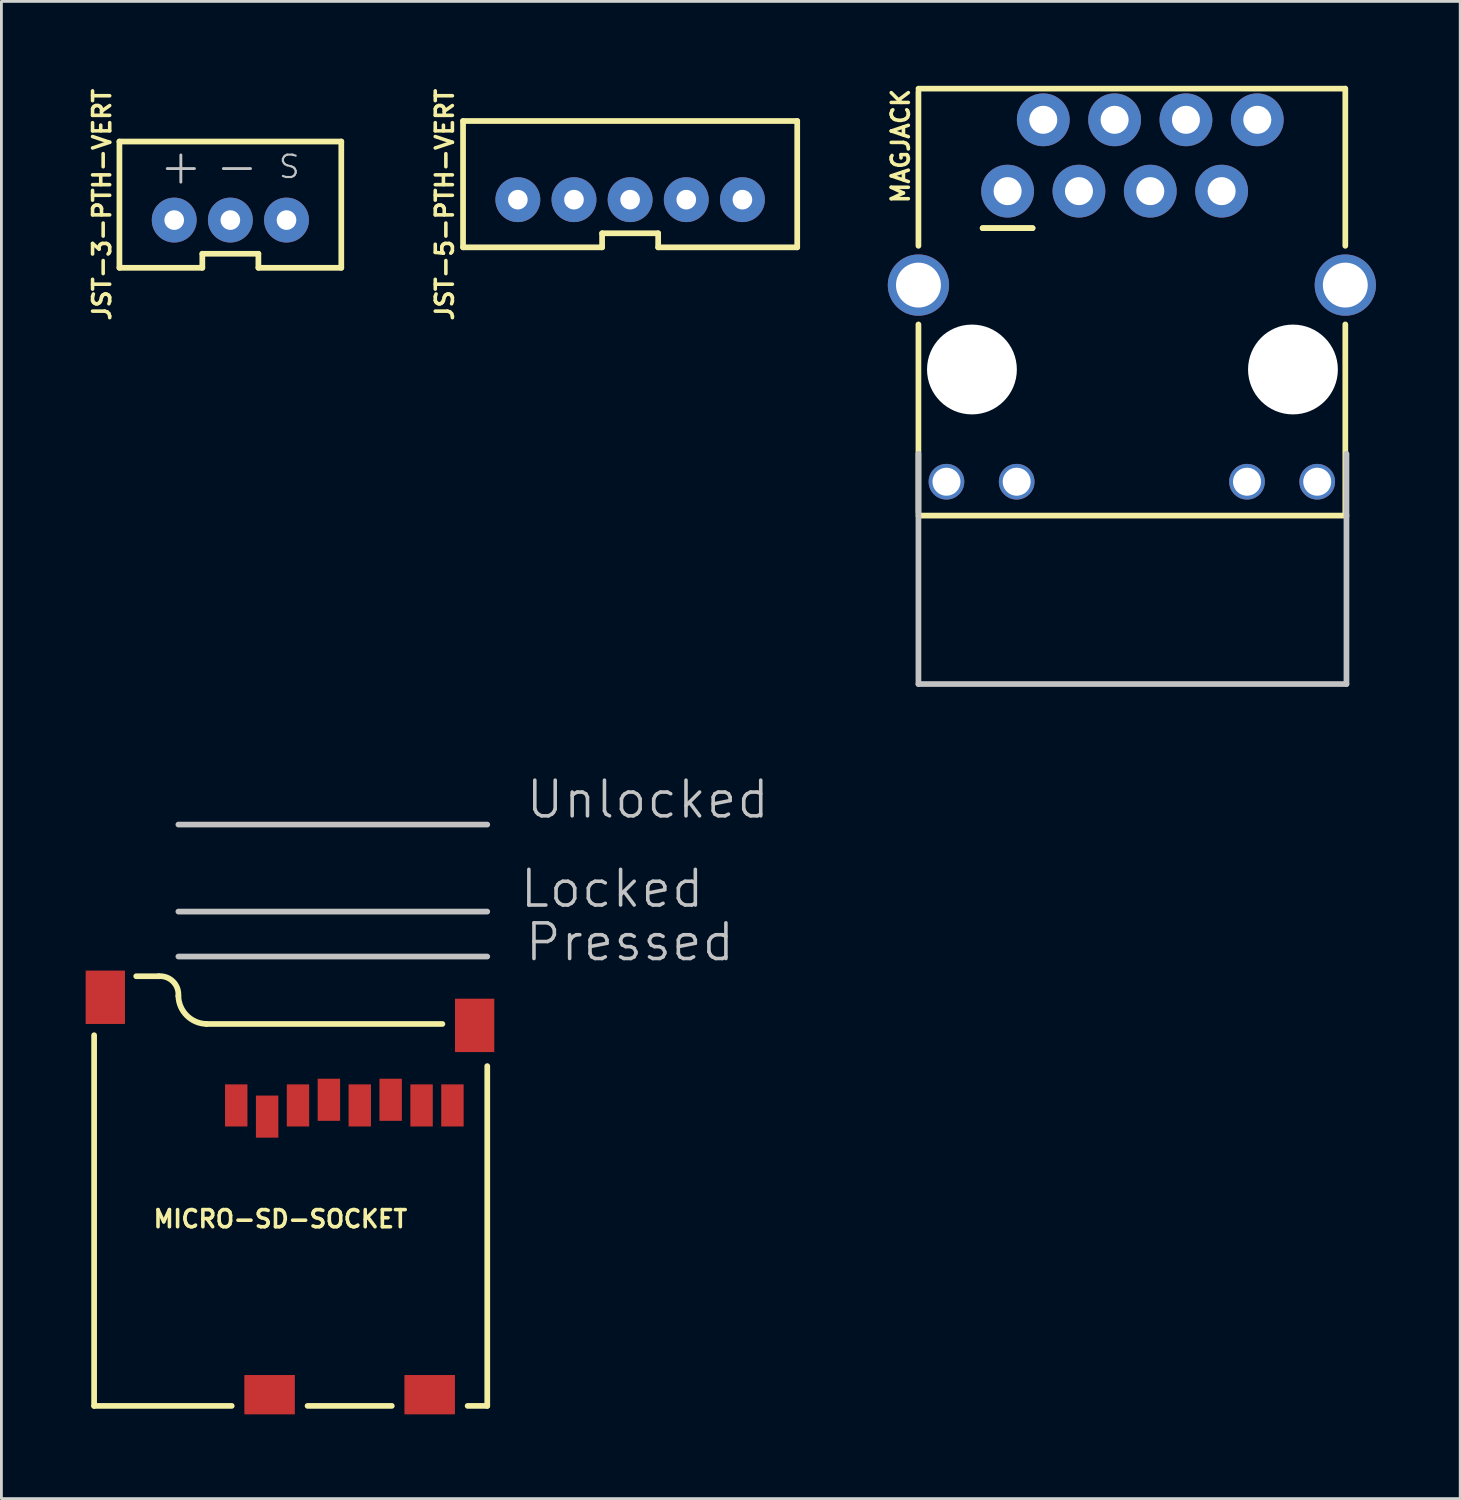
<source format=kicad_pcb>
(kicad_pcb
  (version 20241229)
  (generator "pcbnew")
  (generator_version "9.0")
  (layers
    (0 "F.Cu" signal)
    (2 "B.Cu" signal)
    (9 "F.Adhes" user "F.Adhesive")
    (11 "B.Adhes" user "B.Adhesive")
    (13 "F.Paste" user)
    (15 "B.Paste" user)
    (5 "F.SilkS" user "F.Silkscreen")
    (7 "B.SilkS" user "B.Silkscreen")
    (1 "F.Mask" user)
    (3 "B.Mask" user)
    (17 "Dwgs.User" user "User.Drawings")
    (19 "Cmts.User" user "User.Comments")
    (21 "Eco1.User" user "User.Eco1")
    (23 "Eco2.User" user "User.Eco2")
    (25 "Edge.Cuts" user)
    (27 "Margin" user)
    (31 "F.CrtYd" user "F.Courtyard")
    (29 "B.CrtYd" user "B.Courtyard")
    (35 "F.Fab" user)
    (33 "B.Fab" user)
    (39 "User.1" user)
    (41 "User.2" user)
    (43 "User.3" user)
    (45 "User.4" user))
  (footprint "MAGJACK"
    (layer "F.Cu")
    (at 29.651 21.201)
    (property "Reference" "MAGJACK" (at -0.635 -19.05 90) (layer "F.SilkS") (effects (font (size 0.61 0.61) (thickness 0.127))))
    (attr exclude_from_pos_files exclude_from_bom)
    (fp_line (start 0 -21.095) (end 15.138 -21.095) (stroke (width 0.203) (type solid)) (layer "F.SilkS"))
    (fp_line (start 0 -20.998) (end 0 -15.499) (stroke (width 0.203) (type solid)) (layer "F.SilkS"))
    (fp_line (start 0 -5.999) (end 0 -12.7) (stroke (width 0.203) (type solid)) (layer "F.SilkS"))
    (fp_line (start 0 -5.893) (end 15.24 -5.893) (stroke (width 0.203) (type solid)) (layer "F.SilkS"))
    (fp_line (start 2.286 -16.129) (end 4.064 -16.129) (stroke (width 0.203) (type solid)) (layer "F.SilkS"))
    (fp_line (start 4.064 -16.129) (end 2.286 -16.129) (stroke (width 0.203) (type solid)) (layer "F.SilkS"))
    (fp_line (start 15.199 -21.1) (end 15.199 -15.499) (stroke (width 0.203) (type solid)) (layer "F.SilkS"))
    (fp_line (start 15.199 -5.898) (end 15.199 -12.7) (stroke (width 0.203) (type solid)) (layer "F.SilkS"))
    (fp_line (start 0 -8.095) (end 0 0.104) (stroke (width 0.203) (type solid)) (layer "Dwgs.User"))
    (fp_line (start 0 0.104) (end 15.24 0.104) (stroke (width 0.203) (type solid)) (layer "Dwgs.User"))
    (fp_line (start 15.24 0.104) (end 15.24 -8.095) (stroke (width 0.203) (type solid)) (layer "Dwgs.User"))
    (pad "" np_thru_hole circle (at 1.905 -11.095) (size 3.198 3.198) (drill 3.198) (layers "*.Cu" "*.Mask"))
    (pad "" np_thru_hole circle (at 13.335 -11.095) (size 3.198 3.198) (drill 3.198) (layers "*.Cu" "*.Mask"))
    (pad "1" thru_hole circle (at 3.175 -17.445) (size 1.88 1.88) (drill 0.998) (layers "*.Cu" "*.Paste" "*.Mask"))
    (pad "2" thru_hole circle (at 4.445 -19.985) (size 1.88 1.88) (drill 0.998) (layers "*.Cu" "*.Paste" "*.Mask"))
    (pad "3" thru_hole circle (at 5.715 -17.445) (size 1.88 1.88) (drill 0.998) (layers "*.Cu" "*.Paste" "*.Mask"))
    (pad "4" thru_hole circle (at 6.985 -19.985) (size 1.88 1.88) (drill 0.998) (layers "*.Cu" "*.Paste" "*.Mask"))
    (pad "5" thru_hole circle (at 8.255 -17.445) (size 1.88 1.88) (drill 0.998) (layers "*.Cu" "*.Paste" "*.Mask"))
    (pad "6" thru_hole circle (at 9.525 -19.985) (size 1.88 1.88) (drill 0.998) (layers "*.Cu" "*.Paste" "*.Mask"))
    (pad "7" thru_hole circle (at 10.795 -17.445) (size 1.88 1.88) (drill 0.998) (layers "*.Cu" "*.Paste" "*.Mask"))
    (pad "8" thru_hole circle (at 12.065 -19.985) (size 1.88 1.88) (drill 0.998) (layers "*.Cu" "*.Paste" "*.Mask"))
    (pad "9" thru_hole circle (at 0.998 -7.099) (size 1.27 1.27) (drill 0.998) (layers "*.Cu" "*.Paste" "*.Mask"))
    (pad "10" thru_hole circle (at 3.498 -7.099) (size 1.27 1.27) (drill 0.998) (layers "*.Cu" "*.Paste" "*.Mask"))
    (pad "11" thru_hole circle (at 11.699 -7.099) (size 1.27 1.27) (drill 0.998) (layers "*.Cu" "*.Paste" "*.Mask"))
    (pad "12" thru_hole circle (at 14.199 -7.099) (size 1.27 1.27) (drill 0.998) (layers "*.Cu" "*.Paste" "*.Mask"))
    (pad "M1" thru_hole circle (at 0 -14.1) (size 2.182 2.182) (drill 1.598) (layers "*.Cu" "*.Paste" "*.Mask"))
    (pad "M2" thru_hole circle (at 15.199 -14.1) (size 2.182 2.182) (drill 1.598) (layers "*.Cu" "*.Paste" "*.Mask")))
  (footprint "JST-5-PTH-VERT"
    (layer "F.Cu")
    (at 19.386 4.237)
    (property "Reference" "JST-5-PTH-VERT" (at -6.604 0 90) (layer "F.SilkS") (effects (font (size 0.61 0.61) (thickness 0.127))))
    (attr exclude_from_pos_files exclude_from_bom)
    (fp_line (start -5.949 -2.979) (end 5.949 -2.979) (stroke (width 0.203) (type solid)) (layer "F.SilkS"))
    (fp_line (start -5.949 1.519) (end -5.949 -2.979) (stroke (width 0.203) (type solid)) (layer "F.SilkS"))
    (fp_line (start -0.998 1.019) (end -0.998 1.519) (stroke (width 0.203) (type solid)) (layer "F.SilkS"))
    (fp_line (start -0.998 1.019) (end 0.998 1.019) (stroke (width 0.203) (type solid)) (layer "F.SilkS"))
    (fp_line (start -0.998 1.519) (end -5.949 1.519) (stroke (width 0.203) (type solid)) (layer "F.SilkS"))
    (fp_line (start 0.998 1.019) (end 0.998 1.519) (stroke (width 0.203) (type solid)) (layer "F.SilkS"))
    (fp_line (start 5.949 -2.979) (end 5.949 1.519) (stroke (width 0.203) (type solid)) (layer "F.SilkS"))
    (fp_line (start 5.949 1.519) (end 0.998 1.519) (stroke (width 0.203) (type solid)) (layer "F.SilkS"))
    (pad "1" thru_hole circle (at -3.998 -0.178) (size 1.598 1.598) (drill 0.699) (layers "*.Cu" "*.Paste" "*.Mask"))
    (pad "2" thru_hole circle (at -1.999 -0.178) (size 1.598 1.598) (drill 0.699) (layers "*.Cu" "*.Paste" "*.Mask"))
    (pad "3" thru_hole circle (at 0 -0.178) (size 1.598 1.598) (drill 0.699) (layers "*.Cu" "*.Paste" "*.Mask"))
    (pad "4" thru_hole circle (at 1.999 -0.178) (size 1.598 1.598) (drill 0.699) (layers "*.Cu" "*.Paste" "*.Mask"))
    (pad "5" thru_hole circle (at 3.998 -0.178) (size 1.598 1.598) (drill 0.699) (layers "*.Cu" "*.Paste" "*.Mask")))
  (footprint "JST-3-PTH-VERT"
    (layer "F.Cu")
    (at 5.152 4.237)
    (property "Reference" "JST-3-PTH-VERT" (at -4.572 0 90) (layer "F.SilkS") (effects (font (size 0.61 0.61) (thickness 0.127))))
    (attr exclude_from_pos_files exclude_from_bom)
    (fp_line (start -3.95 -2.248) (end 3.95 -2.248) (stroke (width 0.203) (type solid)) (layer "F.SilkS"))
    (fp_line (start -3.95 2.248) (end -3.95 -2.248) (stroke (width 0.203) (type solid)) (layer "F.SilkS"))
    (fp_line (start -0.998 1.748) (end -0.998 2.248) (stroke (width 0.203) (type solid)) (layer "F.SilkS"))
    (fp_line (start -0.998 1.748) (end 0.998 1.748) (stroke (width 0.203) (type solid)) (layer "F.SilkS"))
    (fp_line (start -0.998 2.248) (end -3.95 2.248) (stroke (width 0.203) (type solid)) (layer "F.SilkS"))
    (fp_line (start 0.998 1.748) (end 0.998 2.248) (stroke (width 0.203) (type solid)) (layer "F.SilkS"))
    (fp_line (start 3.95 -2.248) (end 3.95 2.248) (stroke (width 0.203) (type solid)) (layer "F.SilkS"))
    (fp_line (start 3.95 2.248) (end 0.998 2.248) (stroke (width 0.203) (type solid)) (layer "F.SilkS"))
    (fp_text user "+" (at -1.763 -1.384 0) (layer "Dwgs.User") (effects (font (size 1.27 1.27) (thickness 0.102))))
    (fp_text user "S" (at 2.098 -1.349 0) (layer "Dwgs.User") (effects (font (size 0.798 0.798) (thickness 0.076))))
    (fp_text user "-" (at 0.234 -1.384 0) (layer "Dwgs.User") (effects (font (size 1.27 1.27) (thickness 0.102))))
    (pad "1" thru_hole circle (at -1.999 0.549) (size 1.598 1.598) (drill 0.699) (layers "*.Cu" "*.Paste" "*.Mask"))
    (pad "2" thru_hole circle (at 0 0.549) (size 1.598 1.598) (drill 0.699) (layers "*.Cu" "*.Paste" "*.Mask"))
    (pad "3" thru_hole circle (at 1.999 0.549) (size 1.598 1.598) (drill 0.699) (layers "*.Cu" "*.Paste" "*.Mask")))
  (footprint "MICRO-SD-SOCKET"
    (layer "F.Cu")
    (at 14.299 47.007)
    (property "Reference" "MICRO-SD-SOCKET" (at -7.366 -6.655 0) (layer "F.SilkS") (effects (font (size 0.61 0.61) (thickness 0.127))))
    (attr smd)
    (fp_line (start -13.998 0) (end -13.998 -13.198) (stroke (width 0.203) (type solid)) (layer "F.SilkS"))
    (fp_line (start -13.998 0) (end -9.098 0) (stroke (width 0.203) (type solid)) (layer "F.SilkS"))
    (fp_line (start -11.699 -15.298) (end -12.499 -15.298) (stroke (width 0.203) (type solid)) (layer "F.SilkS"))
    (fp_line (start -10 -13.599) (end -1.598 -13.599) (stroke (width 0.203) (type solid)) (layer "F.SilkS"))
    (fp_line (start -3.399 0) (end -6.398 0) (stroke (width 0.203) (type solid)) (layer "F.SilkS"))
    (fp_line (start 0 -12.098) (end 0 0) (stroke (width 0.203) (type solid)) (layer "F.SilkS"))
    (fp_line (start 0 0) (end -0.699 0) (stroke (width 0.203) (type solid)) (layer "F.SilkS"))
    (fp_arc (start -11.69924 -15.29842) (mid -11.188194 -15.110312) (end -10.997998 -14.60004) (stroke (width 0.2032) (type solid)) (layer "F.SilkS"))
    (fp_arc (start -9.99998 -13.59916) (mid -10.698882 -13.89902) (end -10.998219 -14.598146) (stroke (width 0.2032) (type solid)) (layer "F.SilkS"))
    (fp_line (start -10.998 -15.999) (end 0 -15.999) (stroke (width 0.203) (type solid)) (layer "Dwgs.User"))
    (fp_line (start 0 -20.698) (end -10.998 -20.698) (stroke (width 0.203) (type solid)) (layer "Dwgs.User"))
    (fp_line (start 0 -17.6) (end -10.998 -17.6) (stroke (width 0.203) (type solid)) (layer "Dwgs.User"))
    (fp_text user "Locked" (at 4.445 -18.415 0) (layer "Dwgs.User") (effects (font (size 1.27 1.27) (thickness 0.127))))
    (fp_text user "Unlocked" (at 5.715 -21.59 0) (layer "Dwgs.User") (effects (font (size 1.27 1.27) (thickness 0.127))))
    (fp_text user "Pressed" (at 5.08 -16.51 0) (layer "Dwgs.User") (effects (font (size 1.27 1.27) (thickness 0.127))))
    (pad "CD1" smd rect (at -2.05 -0.399) (size 1.798 1.4) (layers "F.Cu" "F.Mask" "F.Paste"))
    (pad "CD2" smd rect (at -7.75 -0.399) (size 1.798 1.4) (layers "F.Cu" "F.Mask" "F.Paste"))
    (pad "CS" smd rect (at -7.838 -10.3) (size 0.798 1.499) (layers "F.Cu" "F.Mask" "F.Paste"))
    (pad "DI" smd rect (at -6.739 -10.698) (size 0.798 1.499) (layers "F.Cu" "F.Mask" "F.Paste"))
    (pad "DO" smd rect (at -2.339 -10.698) (size 0.798 1.499) (layers "F.Cu" "F.Mask" "F.Paste"))
    (pad "GND" smd rect (at -3.439 -10.899) (size 0.798 1.499) (layers "F.Cu" "F.Mask" "F.Paste"))
    (pad "GND1" smd rect (at -13.599 -14.549) (size 1.4 1.9) (layers "F.Cu" "F.Mask" "F.Paste"))
    (pad "GND3" smd rect (at -0.45 -13.548) (size 1.4 1.9) (layers "F.Cu" "F.Mask" "F.Paste"))
    (pad "RSV1" smd rect (at -8.938 -10.698) (size 0.798 1.499) (layers "F.Cu" "F.Mask" "F.Paste"))
    (pad "RSV2" smd rect (at -1.24 -10.698) (size 0.798 1.499) (layers "F.Cu" "F.Mask" "F.Paste"))
    (pad "SCLK" smd rect (at -4.539 -10.698) (size 0.798 1.499) (layers "F.Cu" "F.Mask" "F.Paste"))
    (pad "VCC" smd rect (at -5.639 -10.899) (size 0.798 1.499) (layers "F.Cu" "F.Mask" "F.Paste")))
  (gr_rect
    (start -3 -3)
    (end 48.941 50.308)
    (stroke (width 0.1) (type default))
    (fill no)
    (layer "Edge.Cuts")))
</source>
